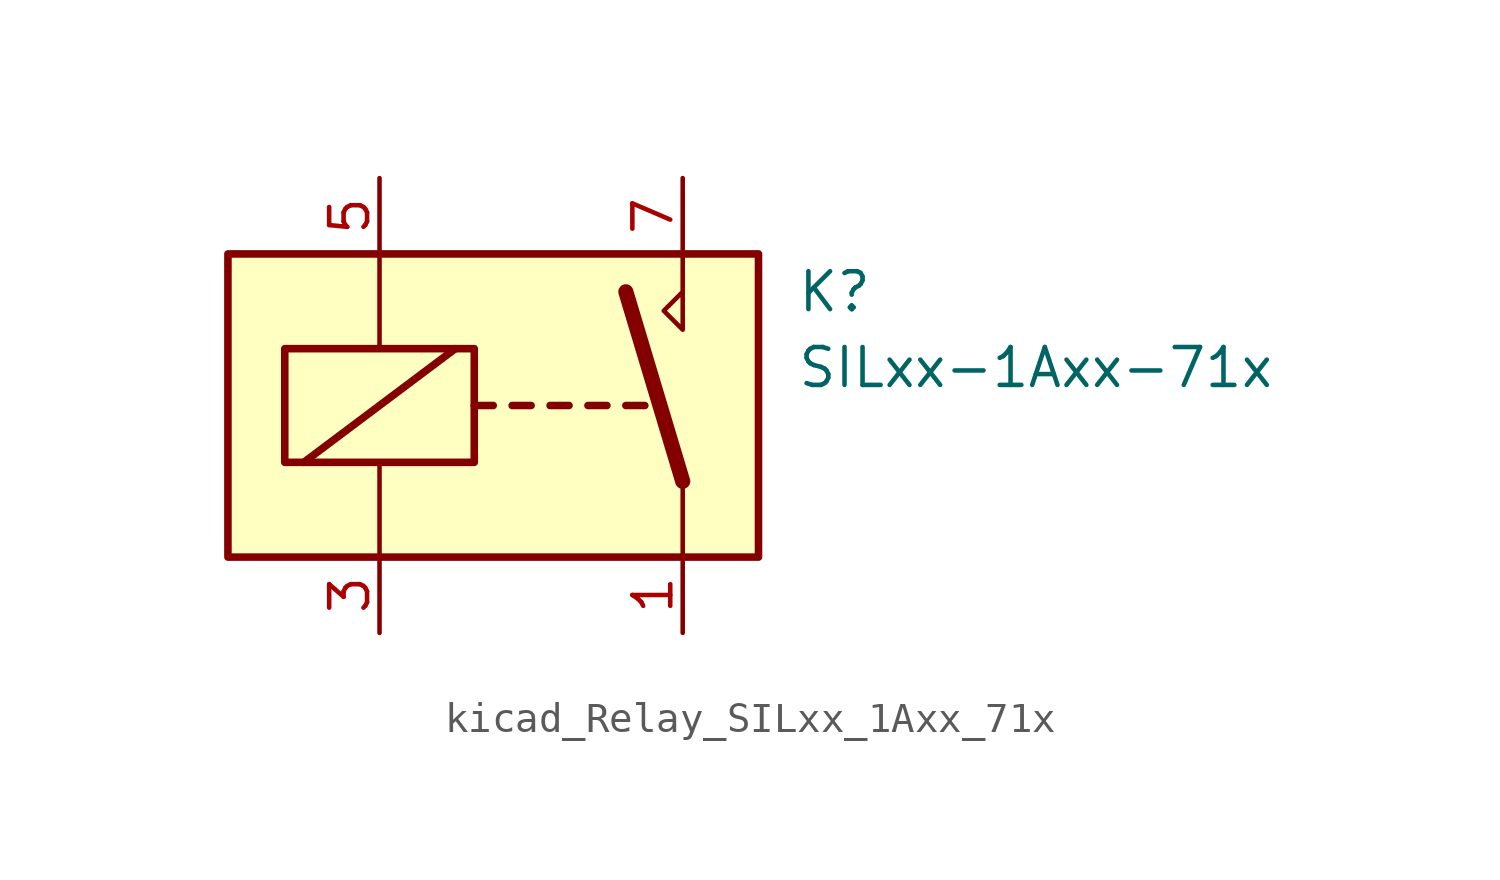
<source format=kicad_sym>
(kicad_symbol_lib
  (version 20220914)
  (generator kicad_symbol_editor)
  (symbol "kicad_Relay_SILxx_1Axx_71x"
    (property "Reference" "K"
      (at 8.89 3.81 0)
      (effects (font (size 1.27 1.27)) (justify left)))
    (property "Value" "SILxx-1Axx-71x"
      (at 8.89 1.27 0)
      (effects (font (size 1.27 1.27)) (justify left)))
    (symbol "kicad_Relay_SILxx_1Axx_71x_0_0"
      (polyline (pts (xy 5.08 5.08) (xy 5.08 2.54) (xy 4.445 3.175) (xy 5.08 3.81)) (stroke (width 0) (type default)) (fill (type none))))
    (symbol "kicad_Relay_SILxx_1Axx_71x_0_1"
      (rectangle (start -10.16 5.08) (end 7.62 -5.08) (stroke (width 0.254) (type default)) (fill (type background)))
      (rectangle (start -8.255 1.905) (end -1.905 -1.905) (stroke (width 0.254) (type default)) (fill (type none)))
      (polyline (pts (xy -7.62 -1.905) (xy -2.54 1.905)) (stroke (width 0.254) (type default)) (fill (type none)))
      (polyline (pts (xy -5.08 -5.08) (xy -5.08 -1.905)) (stroke (width 0) (type default)) (fill (type none)))
      (polyline (pts (xy -5.08 5.08) (xy -5.08 1.905)) (stroke (width 0) (type default)) (fill (type none)))
      (polyline (pts (xy -1.905 0) (xy -1.27 0)) (stroke (width 0.254) (type default)) (fill (type none)))
      (polyline (pts (xy -0.635 0) (xy 0 0)) (stroke (width 0.254) (type default)) (fill (type none)))
      (polyline (pts (xy 0.635 0) (xy 1.27 0)) (stroke (width 0.254) (type default)) (fill (type none)))
      (polyline (pts (xy 1.905 0) (xy 2.54 0)) (stroke (width 0.254) (type default)) (fill (type none)))
      (polyline (pts (xy 3.175 0) (xy 3.81 0)) (stroke (width 0.254) (type default)) (fill (type none)))
      (polyline (pts (xy 5.08 -2.54) (xy 3.175 3.81)) (stroke (width 0.508) (type default)) (fill (type none)))
      (polyline (pts (xy 5.08 -2.54) (xy 5.08 -5.08)) (stroke (width 0) (type default)) (fill (type none))))
    (symbol "kicad_Relay_SILxx_1Axx_71x_1_1"
      (pin passive line (at 5.08 -7.62 90) (length 2.54) (name "~" (effects (font (size 1.27 1.27)))) (number "1" (effects (font (size 1.27 1.27)))))
      (pin passive line (at -5.08 -7.62 90) (length 2.54) (name "~" (effects (font (size 1.27 1.27)))) (number "3" (effects (font (size 1.27 1.27)))))
      (pin passive line (at -5.08 7.62 270) (length 2.54) (name "~" (effects (font (size 1.27 1.27)))) (number "5" (effects (font (size 1.27 1.27)))))
      (pin passive line (at 5.08 7.62 270) (length 2.54) (name "~" (effects (font (size 1.27 1.27)))) (number "7" (effects (font (size 1.27 1.27))))))))
</source>
